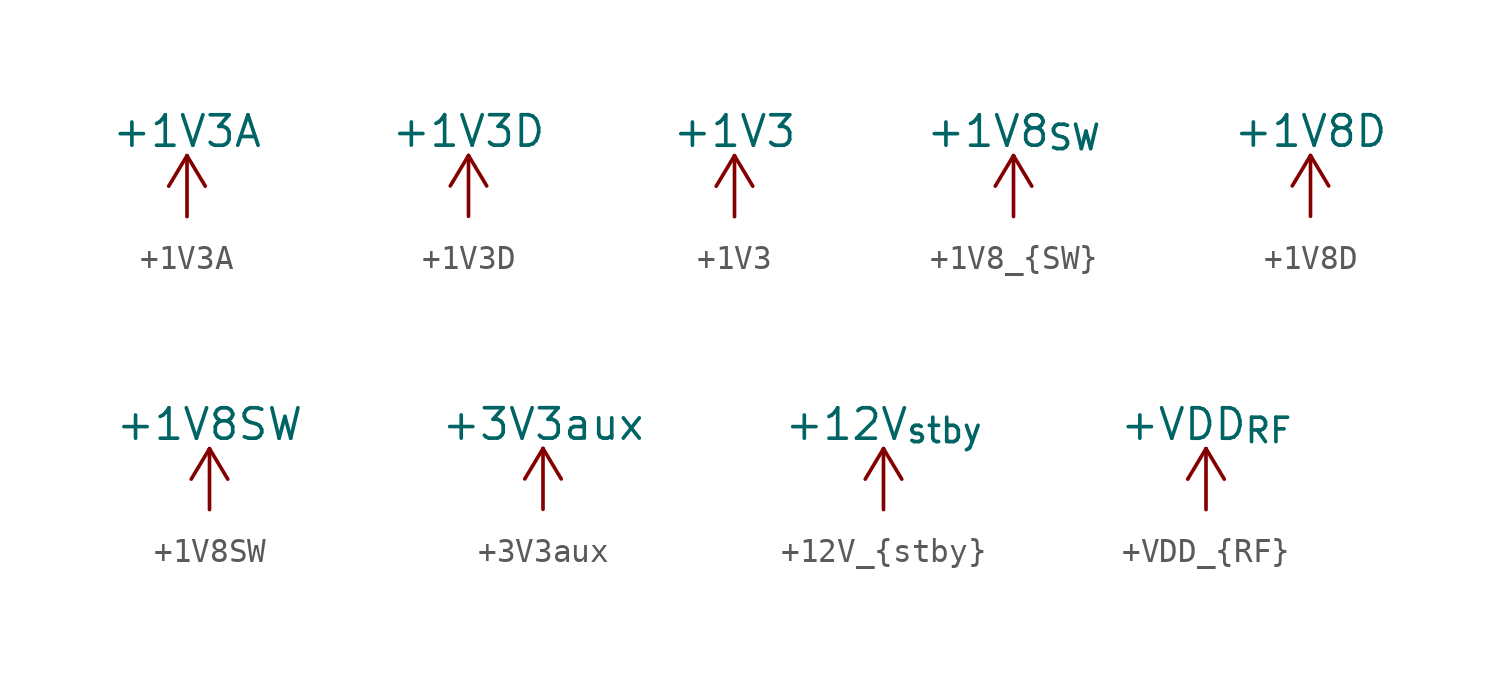
<source format=kicad_sym>
(kicad_symbol_lib
  (version 20220914)
  (generator kicad_symbol_editor)
  (symbol "+1V3A"
    (power)
    (pin_names
      (offset 0))
    (property "Reference" "#PWR"
      (at 0 -3.81 0)
      (effects (font (size 1.27 1.27)) hide))
    (property "Value" "+1V3A"
      (at 0 3.556 0)
      (effects (font (size 1.27 1.27))))
    (symbol "+1V3A_0_1"
      (polyline (pts (xy -0.762 1.27) (xy 0 2.54)) (stroke (width 0) (type default)) (fill (type none)))
      (polyline (pts (xy 0 0) (xy 0 2.54)) (stroke (width 0) (type default)) (fill (type none)))
      (polyline (pts (xy 0 2.54) (xy 0.762 1.27)) (stroke (width 0) (type default)) (fill (type none))))
    (symbol "+1V3A_1_1"
      (pin power_in line (at 0 0 90) (length 0) hide (name "+1V3A" (effects (font (size 1.27 1.27)))) (number "1" (effects (font (size 1.27 1.27)))))))
  (symbol "+1V3D"
    (power)
    (pin_names
      (offset 0))
    (property "Reference" "#PWR"
      (at 0 -3.81 0)
      (effects (font (size 1.27 1.27)) hide))
    (property "Value" "+1V3D"
      (at 0 3.556 0)
      (effects (font (size 1.27 1.27))))
    (symbol "+1V3D_0_1"
      (polyline (pts (xy -0.762 1.27) (xy 0 2.54)) (stroke (width 0) (type default)) (fill (type none)))
      (polyline (pts (xy 0 0) (xy 0 2.54)) (stroke (width 0) (type default)) (fill (type none)))
      (polyline (pts (xy 0 2.54) (xy 0.762 1.27)) (stroke (width 0) (type default)) (fill (type none))))
    (symbol "+1V3D_1_1"
      (pin power_in line (at 0 0 90) (length 0) hide (name "+1V3D" (effects (font (size 1.27 1.27)))) (number "1" (effects (font (size 1.27 1.27)))))))
  (symbol "+1V3"
    (power)
    (pin_names
      (offset 0))
    (property "Reference" "#PWR"
      (at 0 -3.81 0)
      (effects (font (size 1.27 1.27)) hide))
    (property "Value" "+1V3"
      (at 0 3.556 0)
      (effects (font (size 1.27 1.27))))
    (symbol "+1V3_0_1"
      (polyline (pts (xy -0.762 1.27) (xy 0 2.54)) (stroke (width 0) (type default)) (fill (type none)))
      (polyline (pts (xy 0 0) (xy 0 2.54)) (stroke (width 0) (type default)) (fill (type none)))
      (polyline (pts (xy 0 2.54) (xy 0.762 1.27)) (stroke (width 0) (type default)) (fill (type none))))
    (symbol "+1V3_1_1"
      (pin power_in line (at 0 0 90) (length 0) hide (name "+1V3" (effects (font (size 1.27 1.27)))) (number "1" (effects (font (size 1.27 1.27)))))))
  (symbol "+1V8_{SW}"
    (power)
    (pin_names
      (offset 0))
    (property "Reference" "#PWR"
      (at 0 -3.81 0)
      (effects (font (size 1.27 1.27)) hide))
    (property "Value" "+1V8_{SW}"
      (at 0 3.556 0)
      (effects (font (size 1.27 1.27))))
    (symbol "+1V8_{SW}_0_1"
      (polyline (pts (xy -0.762 1.27) (xy 0 2.54)) (stroke (width 0) (type default)) (fill (type none)))
      (polyline (pts (xy 0 0) (xy 0 2.54)) (stroke (width 0) (type default)) (fill (type none)))
      (polyline (pts (xy 0 2.54) (xy 0.762 1.27)) (stroke (width 0) (type default)) (fill (type none))))
    (symbol "+1V8_{SW}_1_1"
      (pin power_in line (at 0 0 90) (length 0) hide (name "+1V8_{SW}" (effects (font (size 1.27 1.27)))) (number "1" (effects (font (size 1.27 1.27)))))))
  (symbol "+1V8D"
    (power)
    (pin_names
      (offset 0))
    (property "Reference" "#PWR"
      (at 0 -3.81 0)
      (effects (font (size 1.27 1.27)) hide))
    (property "Value" "+1V8D"
      (at 0 3.556 0)
      (effects (font (size 1.27 1.27))))
    (symbol "+1V8D_0_1"
      (polyline (pts (xy -0.762 1.27) (xy 0 2.54)) (stroke (width 0) (type default)) (fill (type none)))
      (polyline (pts (xy 0 0) (xy 0 2.54)) (stroke (width 0) (type default)) (fill (type none)))
      (polyline (pts (xy 0 2.54) (xy 0.762 1.27)) (stroke (width 0) (type default)) (fill (type none))))
    (symbol "+1V8D_1_1"
      (pin power_in line (at 0 0 90) (length 0) hide (name "+1V8D" (effects (font (size 1.27 1.27)))) (number "1" (effects (font (size 1.27 1.27)))))))
  (symbol "+1V8SW"
    (power)
    (pin_names
      (offset 0))
    (property "Reference" "#PWR"
      (at 0 -3.81 0)
      (effects (font (size 1.27 1.27)) hide))
    (property "Value" "+1V8SW"
      (at 0 3.556 0)
      (effects (font (size 1.27 1.27))))
    (symbol "+1V8SW_0_1"
      (polyline (pts (xy -0.762 1.27) (xy 0 2.54)) (stroke (width 0) (type default)) (fill (type none)))
      (polyline (pts (xy 0 0) (xy 0 2.54)) (stroke (width 0) (type default)) (fill (type none)))
      (polyline (pts (xy 0 2.54) (xy 0.762 1.27)) (stroke (width 0) (type default)) (fill (type none))))
    (symbol "+1V8SW_1_1"
      (pin power_in line (at 0 0 90) (length 0) hide (name "+1V8D" (effects (font (size 1.27 1.27)))) (number "1" (effects (font (size 1.27 1.27)))))))
  (symbol "+3V3aux"
    (power)
    (pin_names
      (offset 0))
    (property "Reference" "#PWR"
      (at 0 -3.81 0)
      (effects (font (size 1.27 1.27)) hide))
    (property "Value" "+3V3aux"
      (at 0 3.556 0)
      (effects (font (size 1.27 1.27))))
    (symbol "+3V3aux_0_1"
      (polyline (pts (xy -0.762 1.27) (xy 0 2.54)) (stroke (width 0) (type default)) (fill (type none)))
      (polyline (pts (xy 0 0) (xy 0 2.54)) (stroke (width 0) (type default)) (fill (type none)))
      (polyline (pts (xy 0 2.54) (xy 0.762 1.27)) (stroke (width 0) (type default)) (fill (type none))))
    (symbol "+3V3aux_1_1"
      (pin power_in line (at 0 0 90) (length 0) hide (name "+3V3aux" (effects (font (size 1.27 1.27)))) (number "1" (effects (font (size 1.27 1.27)))))))
  (symbol "+12V_{stby}"
    (power)
    (pin_names
      (offset 0))
    (property "Reference" "#PWR"
      (at 0 -3.81 0)
      (effects (font (size 1.27 1.27)) hide))
    (property "Value" "+12V_{stby}"
      (at 0 3.556 0)
      (effects (font (size 1.27 1.27))))
    (symbol "+12V_{stby}_0_1"
      (polyline (pts (xy -0.762 1.27) (xy 0 2.54)) (stroke (width 0) (type default)) (fill (type none)))
      (polyline (pts (xy 0 0) (xy 0 2.54)) (stroke (width 0) (type default)) (fill (type none)))
      (polyline (pts (xy 0 2.54) (xy 0.762 1.27)) (stroke (width 0) (type default)) (fill (type none))))
    (symbol "+12V_{stby}_1_1"
      (pin power_in line (at 0 0 90) (length 0) hide (name "+12V_{stby}" (effects (font (size 1.27 1.27)))) (number "1" (effects (font (size 1.27 1.27)))))))
  (symbol "+VDD_{RF}"
    (power)
    (pin_names
      (offset 0))
    (property "Reference" "#PWR"
      (at 0 -3.81 0)
      (effects (font (size 1.27 1.27)) hide))
    (property "Value" "+VDD_{RF}"
      (at 0 3.556 0)
      (effects (font (size 1.27 1.27))))
    (symbol "+VDD_{RF}_0_1"
      (polyline (pts (xy -0.762 1.27) (xy 0 2.54)) (stroke (width 0) (type default)) (fill (type none)))
      (polyline (pts (xy 0 0) (xy 0 2.54)) (stroke (width 0) (type default)) (fill (type none)))
      (polyline (pts (xy 0 2.54) (xy 0.762 1.27)) (stroke (width 0) (type default)) (fill (type none))))
    (symbol "+VDD_{RF}_1_1"
      (pin power_in line (at 0 0 90) (length 0) hide (name "+VDD_{RF}" (effects (font (size 1.27 1.27)))) (number "1" (effects (font (size 1.27 1.27))))))))
</source>
